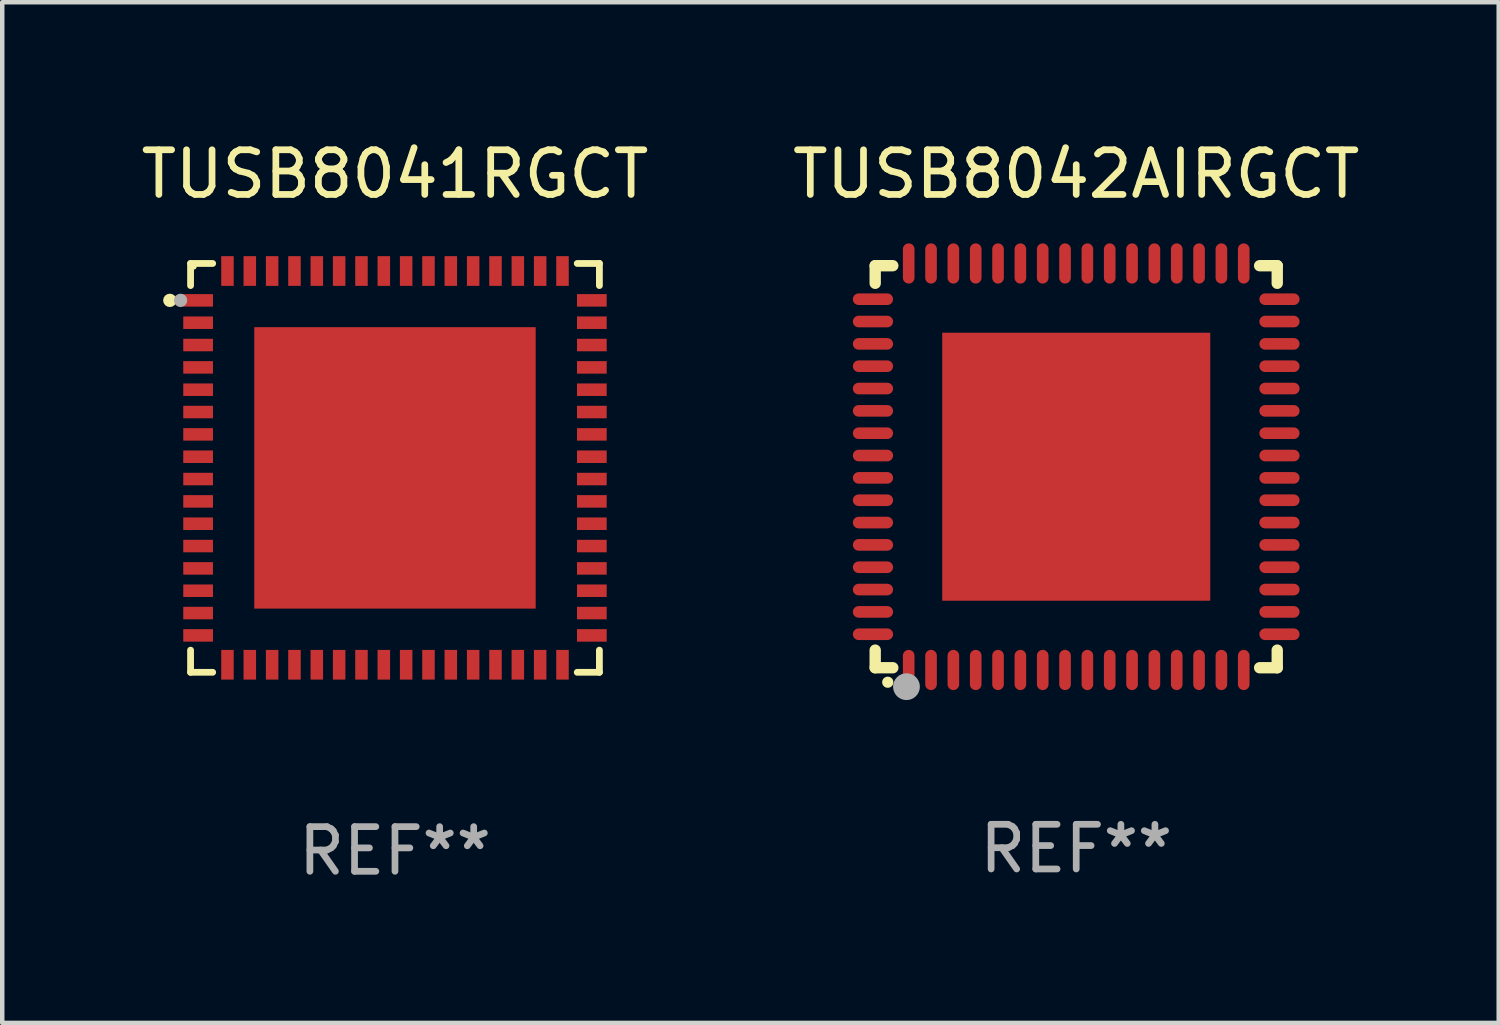
<source format=kicad_pcb>
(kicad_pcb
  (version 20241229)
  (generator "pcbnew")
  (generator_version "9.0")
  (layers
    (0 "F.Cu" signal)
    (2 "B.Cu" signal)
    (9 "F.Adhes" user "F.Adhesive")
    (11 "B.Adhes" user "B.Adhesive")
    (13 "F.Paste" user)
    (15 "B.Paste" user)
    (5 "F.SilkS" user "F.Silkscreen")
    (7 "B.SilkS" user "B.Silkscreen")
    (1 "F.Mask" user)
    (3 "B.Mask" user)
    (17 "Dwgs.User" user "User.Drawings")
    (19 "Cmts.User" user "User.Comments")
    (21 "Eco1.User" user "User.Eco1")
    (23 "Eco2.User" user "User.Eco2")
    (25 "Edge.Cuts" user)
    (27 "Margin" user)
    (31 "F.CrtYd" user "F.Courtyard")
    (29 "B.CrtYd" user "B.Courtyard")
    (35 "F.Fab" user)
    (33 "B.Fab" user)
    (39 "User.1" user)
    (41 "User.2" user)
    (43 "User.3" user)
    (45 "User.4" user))
  (footprint "TUSB8042AIRGCT"
    (layer "F.Cu")
    (at 21.042 7.398)
    (property "Reference" "TUSB8042AIRGCT" (at 0 -6.55 0) (layer "F.SilkS") (effects (font (size 1 1) (thickness 0.15))))
    (attr through_hole)
    (fp_line (start -4.5 -4.5) (end -4.106 -4.5) (stroke (width 0.254) (type solid)) (layer "F.SilkS"))
    (fp_line (start -4.5 -4.106) (end -4.5 -4.5) (stroke (width 0.254) (type solid)) (layer "F.SilkS"))
    (fp_line (start -4.5 4.5) (end -4.5 4.106) (stroke (width 0.254) (type solid)) (layer "F.SilkS"))
    (fp_line (start -4.106 4.5) (end -4.5 4.5) (stroke (width 0.254) (type solid)) (layer "F.SilkS"))
    (fp_line (start 4.106 -4.5) (end 4.5 -4.5) (stroke (width 0.254) (type solid)) (layer "F.SilkS"))
    (fp_line (start 4.5 -4.5) (end 4.5 -4.106) (stroke (width 0.254) (type solid)) (layer "F.SilkS"))
    (fp_line (start 4.5 4.106) (end 4.5 4.5) (stroke (width 0.254) (type solid)) (layer "F.SilkS"))
    (fp_line (start 4.5 4.5) (end 4.106 4.5) (stroke (width 0.254) (type solid)) (layer "F.SilkS"))
    (fp_arc (start -4.220041 4.824308) (mid -4.218771 4.824302) (end -4.217501 4.824308) (stroke (width 0.24892) (type solid)) (layer "F.SilkS"))
    (fp_circle (center -4.5 4.5) (end -4.47 4.5) (stroke (width 0.06) (type solid)) (fill no) (layer "F.SilkS"))
    (fp_circle (center -3.8 4.924) (end -3.65 4.924) (stroke (width 0.3) (type solid)) (fill no) (layer "F.Fab"))
    (fp_text user "REF**" (at 0 8.55 0) (layer "F.Fab") (effects (font (size 1 1) (thickness 0.15))))
    (pad "1" smd oval (at -3.75 4.55 90) (size 0.9 0.26) (layers "F.Cu" "F.Mask" "F.Paste"))
    (pad "2" smd oval (at -3.25 4.55 90) (size 0.9 0.26) (layers "F.Cu" "F.Mask" "F.Paste"))
    (pad "3" smd oval (at -2.75 4.55 90) (size 0.9 0.26) (layers "F.Cu" "F.Mask" "F.Paste"))
    (pad "4" smd oval (at -2.25 4.55 90) (size 0.9 0.26) (layers "F.Cu" "F.Mask" "F.Paste"))
    (pad "5" smd oval (at -1.75 4.55 90) (size 0.9 0.26) (layers "F.Cu" "F.Mask" "F.Paste"))
    (pad "6" smd oval (at -1.25 4.55 90) (size 0.9 0.26) (layers "F.Cu" "F.Mask" "F.Paste"))
    (pad "7" smd oval (at -0.75 4.55 90) (size 0.9 0.26) (layers "F.Cu" "F.Mask" "F.Paste"))
    (pad "8" smd oval (at -0.25 4.55 90) (size 0.9 0.26) (layers "F.Cu" "F.Mask" "F.Paste"))
    (pad "9" smd oval (at 0.25 4.55 90) (size 0.9 0.26) (layers "F.Cu" "F.Mask" "F.Paste"))
    (pad "10" smd oval (at 0.75 4.55 90) (size 0.9 0.26) (layers "F.Cu" "F.Mask" "F.Paste"))
    (pad "11" smd oval (at 1.25 4.55 90) (size 0.9 0.26) (layers "F.Cu" "F.Mask" "F.Paste"))
    (pad "12" smd oval (at 1.75 4.55 90) (size 0.9 0.26) (layers "F.Cu" "F.Mask" "F.Paste"))
    (pad "13" smd oval (at 2.25 4.55 90) (size 0.9 0.26) (layers "F.Cu" "F.Mask" "F.Paste"))
    (pad "14" smd oval (at 2.75 4.55 90) (size 0.9 0.26) (layers "F.Cu" "F.Mask" "F.Paste"))
    (pad "15" smd oval (at 3.25 4.55 90) (size 0.9 0.26) (layers "F.Cu" "F.Mask" "F.Paste"))
    (pad "16" smd oval (at 3.75 4.55 90) (size 0.9 0.26) (layers "F.Cu" "F.Mask" "F.Paste"))
    (pad "17" smd oval (at 4.55 3.75 90) (size 0.26 0.9) (layers "F.Cu" "F.Mask" "F.Paste"))
    (pad "18" smd oval (at 4.55 3.25 90) (size 0.26 0.9) (layers "F.Cu" "F.Mask" "F.Paste"))
    (pad "19" smd oval (at 4.55 2.75 90) (size 0.26 0.9) (layers "F.Cu" "F.Mask" "F.Paste"))
    (pad "20" smd oval (at 4.55 2.25 90) (size 0.26 0.9) (layers "F.Cu" "F.Mask" "F.Paste"))
    (pad "21" smd oval (at 4.55 1.75 90) (size 0.26 0.9) (layers "F.Cu" "F.Mask" "F.Paste"))
    (pad "22" smd oval (at 4.55 1.25 90) (size 0.26 0.9) (layers "F.Cu" "F.Mask" "F.Paste"))
    (pad "23" smd oval (at 4.55 0.75 90) (size 0.26 0.9) (layers "F.Cu" "F.Mask" "F.Paste"))
    (pad "24" smd oval (at 4.55 0.25 90) (size 0.26 0.9) (layers "F.Cu" "F.Mask" "F.Paste"))
    (pad "25" smd oval (at 4.55 -0.25 90) (size 0.26 0.9) (layers "F.Cu" "F.Mask" "F.Paste"))
    (pad "26" smd oval (at 4.55 -0.75 90) (size 0.26 0.9) (layers "F.Cu" "F.Mask" "F.Paste"))
    (pad "27" smd oval (at 4.55 -1.25 90) (size 0.26 0.9) (layers "F.Cu" "F.Mask" "F.Paste"))
    (pad "28" smd oval (at 4.55 -1.75 90) (size 0.26 0.9) (layers "F.Cu" "F.Mask" "F.Paste"))
    (pad "29" smd oval (at 4.55 -2.25 90) (size 0.26 0.9) (layers "F.Cu" "F.Mask" "F.Paste"))
    (pad "30" smd oval (at 4.55 -2.75 90) (size 0.26 0.9) (layers "F.Cu" "F.Mask" "F.Paste"))
    (pad "31" smd oval (at 4.55 -3.25 90) (size 0.26 0.9) (layers "F.Cu" "F.Mask" "F.Paste"))
    (pad "32" smd oval (at 4.55 -3.75 90) (size 0.26 0.9) (layers "F.Cu" "F.Mask" "F.Paste"))
    (pad "33" smd oval (at 3.75 -4.55 90) (size 0.9 0.26) (layers "F.Cu" "F.Mask" "F.Paste"))
    (pad "34" smd oval (at 3.25 -4.55 90) (size 0.9 0.26) (layers "F.Cu" "F.Mask" "F.Paste"))
    (pad "35" smd oval (at 2.75 -4.55 90) (size 0.9 0.26) (layers "F.Cu" "F.Mask" "F.Paste"))
    (pad "36" smd oval (at 2.25 -4.55 90) (size 0.9 0.26) (layers "F.Cu" "F.Mask" "F.Paste"))
    (pad "37" smd oval (at 1.75 -4.55 90) (size 0.9 0.26) (layers "F.Cu" "F.Mask" "F.Paste"))
    (pad "38" smd oval (at 1.25 -4.55 90) (size 0.9 0.26) (layers "F.Cu" "F.Mask" "F.Paste"))
    (pad "39" smd oval (at 0.75 -4.55 90) (size 0.9 0.26) (layers "F.Cu" "F.Mask" "F.Paste"))
    (pad "40" smd oval (at 0.25 -4.55 90) (size 0.9 0.26) (layers "F.Cu" "F.Mask" "F.Paste"))
    (pad "41" smd oval (at -0.25 -4.55 90) (size 0.9 0.26) (layers "F.Cu" "F.Mask" "F.Paste"))
    (pad "42" smd oval (at -0.75 -4.55 90) (size 0.9 0.26) (layers "F.Cu" "F.Mask" "F.Paste"))
    (pad "43" smd oval (at -1.25 -4.55 90) (size 0.9 0.26) (layers "F.Cu" "F.Mask" "F.Paste"))
    (pad "44" smd oval (at -1.75 -4.55 90) (size 0.9 0.26) (layers "F.Cu" "F.Mask" "F.Paste"))
    (pad "45" smd oval (at -2.25 -4.55 90) (size 0.9 0.26) (layers "F.Cu" "F.Mask" "F.Paste"))
    (pad "46" smd oval (at -2.75 -4.55 90) (size 0.9 0.26) (layers "F.Cu" "F.Mask" "F.Paste"))
    (pad "47" smd oval (at -3.25 -4.55 90) (size 0.9 0.26) (layers "F.Cu" "F.Mask" "F.Paste"))
    (pad "48" smd oval (at -3.75 -4.55 90) (size 0.9 0.26) (layers "F.Cu" "F.Mask" "F.Paste"))
    (pad "49" smd oval (at -4.55 -3.75 90) (size 0.26 0.9) (layers "F.Cu" "F.Mask" "F.Paste"))
    (pad "50" smd oval (at -4.55 -3.25 90) (size 0.26 0.9) (layers "F.Cu" "F.Mask" "F.Paste"))
    (pad "51" smd oval (at -4.55 -2.75 90) (size 0.26 0.9) (layers "F.Cu" "F.Mask" "F.Paste"))
    (pad "52" smd oval (at -4.55 -2.25 90) (size 0.26 0.9) (layers "F.Cu" "F.Mask" "F.Paste"))
    (pad "53" smd oval (at -4.55 -1.75 90) (size 0.26 0.9) (layers "F.Cu" "F.Mask" "F.Paste"))
    (pad "54" smd oval (at -4.55 -1.25 90) (size 0.26 0.9) (layers "F.Cu" "F.Mask" "F.Paste"))
    (pad "55" smd oval (at -4.55 -0.75 90) (size 0.26 0.9) (layers "F.Cu" "F.Mask" "F.Paste"))
    (pad "56" smd oval (at -4.55 -0.25 90) (size 0.26 0.9) (layers "F.Cu" "F.Mask" "F.Paste"))
    (pad "57" smd oval (at -4.55 0.25 90) (size 0.26 0.9) (layers "F.Cu" "F.Mask" "F.Paste"))
    (pad "58" smd oval (at -4.55 0.75 90) (size 0.26 0.9) (layers "F.Cu" "F.Mask" "F.Paste"))
    (pad "59" smd oval (at -4.55 1.25 90) (size 0.26 0.9) (layers "F.Cu" "F.Mask" "F.Paste"))
    (pad "60" smd oval (at -4.55 1.75 90) (size 0.26 0.9) (layers "F.Cu" "F.Mask" "F.Paste"))
    (pad "61" smd oval (at -4.55 2.25 90) (size 0.26 0.9) (layers "F.Cu" "F.Mask" "F.Paste"))
    (pad "62" smd oval (at -4.55 2.75 90) (size 0.26 0.9) (layers "F.Cu" "F.Mask" "F.Paste"))
    (pad "63" smd oval (at -4.55 3.25 90) (size 0.26 0.9) (layers "F.Cu" "F.Mask" "F.Paste"))
    (pad "64" smd oval (at -4.55 3.75 90) (size 0.26 0.9) (layers "F.Cu" "F.Mask" "F.Paste"))
    (pad "65" smd rect (at 0.000381 0 90) (size 6 6) (layers "F.Cu" "F.Mask" "F.Paste")))
  (footprint "TUSB8041RGCT"
    (layer "F.Cu")
    (at 5.792 7.424)
    (property "Reference" "TUSB8041RGCT" (at 0 -6.576 0) (layer "F.SilkS") (effects (font (size 1 1) (thickness 0.15))))
    (attr through_hole)
    (fp_line (start -4.576 -4.576) (end -4.576 -4.081) (stroke (width 0.152) (type solid)) (layer "F.SilkS"))
    (fp_line (start -4.576 4.576) (end -4.576 4.08) (stroke (width 0.152) (type solid)) (layer "F.SilkS"))
    (fp_line (start -4.081 -4.576) (end -4.576 -4.576) (stroke (width 0.152) (type solid)) (layer "F.SilkS"))
    (fp_line (start -4.081 4.576) (end -4.576 4.576) (stroke (width 0.152) (type solid)) (layer "F.SilkS"))
    (fp_line (start 4.08 -4.576) (end 4.576 -4.576) (stroke (width 0.152) (type solid)) (layer "F.SilkS"))
    (fp_line (start 4.08 4.576) (end 4.576 4.576) (stroke (width 0.152) (type solid)) (layer "F.SilkS"))
    (fp_line (start 4.576 -4.576) (end 4.576 -4.081) (stroke (width 0.152) (type solid)) (layer "F.SilkS"))
    (fp_line (start 4.576 4.576) (end 4.576 4.08) (stroke (width 0.152) (type solid)) (layer "F.SilkS"))
    (fp_circle (center -5.04 -3.75) (end -4.965 -3.75) (stroke (width 0.15) (type solid)) (fill no) (layer "F.SilkS"))
    (fp_circle (center -4.5 -4.5) (end -4.47 -4.5) (stroke (width 0.06) (type solid)) (fill no) (layer "F.SilkS"))
    (fp_circle (center -4.8 -3.75) (end -4.725 -3.75) (stroke (width 0.15) (type solid)) (fill no) (layer "F.Fab"))
    (fp_text user "REF**" (at 0 8.576 0) (layer "F.Fab") (effects (font (size 1 1) (thickness 0.15))))
    (pad "1" smd rect (at -4.407 -3.75) (size 0.665 0.28) (layers "F.Cu" "F.Mask" "F.Paste"))
    (pad "2" smd rect (at -4.407 -3.25) (size 0.665 0.28) (layers "F.Cu" "F.Mask" "F.Paste"))
    (pad "3" smd rect (at -4.407 -2.75) (size 0.665 0.28) (layers "F.Cu" "F.Mask" "F.Paste"))
    (pad "4" smd rect (at -4.407 -2.25) (size 0.665 0.28) (layers "F.Cu" "F.Mask" "F.Paste"))
    (pad "5" smd rect (at -4.407 -1.75) (size 0.665 0.28) (layers "F.Cu" "F.Mask" "F.Paste"))
    (pad "6" smd rect (at -4.407 -1.25) (size 0.665 0.28) (layers "F.Cu" "F.Mask" "F.Paste"))
    (pad "7" smd rect (at -4.407 -0.75) (size 0.665 0.28) (layers "F.Cu" "F.Mask" "F.Paste"))
    (pad "8" smd rect (at -4.407 -0.25) (size 0.665 0.28) (layers "F.Cu" "F.Mask" "F.Paste"))
    (pad "9" smd rect (at -4.407 0.25) (size 0.665 0.28) (layers "F.Cu" "F.Mask" "F.Paste"))
    (pad "10" smd rect (at -4.407 0.75) (size 0.665 0.28) (layers "F.Cu" "F.Mask" "F.Paste"))
    (pad "11" smd rect (at -4.407 1.25) (size 0.665 0.28) (layers "F.Cu" "F.Mask" "F.Paste"))
    (pad "12" smd rect (at -4.407 1.75) (size 0.665 0.28) (layers "F.Cu" "F.Mask" "F.Paste"))
    (pad "13" smd rect (at -4.407 2.25) (size 0.665 0.28) (layers "F.Cu" "F.Mask" "F.Paste"))
    (pad "14" smd rect (at -4.407 2.75) (size 0.665 0.28) (layers "F.Cu" "F.Mask" "F.Paste"))
    (pad "15" smd rect (at -4.407 3.25) (size 0.665 0.28) (layers "F.Cu" "F.Mask" "F.Paste"))
    (pad "16" smd rect (at -4.407 3.75) (size 0.665 0.28) (layers "F.Cu" "F.Mask" "F.Paste"))
    (pad "17" smd rect (at -3.75 4.407) (size 0.28 0.665) (layers "F.Cu" "F.Mask" "F.Paste"))
    (pad "18" smd rect (at -3.25 4.407) (size 0.28 0.665) (layers "F.Cu" "F.Mask" "F.Paste"))
    (pad "19" smd rect (at -2.75 4.407) (size 0.28 0.665) (layers "F.Cu" "F.Mask" "F.Paste"))
    (pad "20" smd rect (at -2.25 4.407) (size 0.28 0.665) (layers "F.Cu" "F.Mask" "F.Paste"))
    (pad "21" smd rect (at -1.75 4.407) (size 0.28 0.665) (layers "F.Cu" "F.Mask" "F.Paste"))
    (pad "22" smd rect (at -1.25 4.407) (size 0.28 0.665) (layers "F.Cu" "F.Mask" "F.Paste"))
    (pad "23" smd rect (at -0.75 4.407) (size 0.28 0.665) (layers "F.Cu" "F.Mask" "F.Paste"))
    (pad "24" smd rect (at -0.25 4.407) (size 0.28 0.665) (layers "F.Cu" "F.Mask" "F.Paste"))
    (pad "25" smd rect (at 0.25 4.407) (size 0.28 0.665) (layers "F.Cu" "F.Mask" "F.Paste"))
    (pad "26" smd rect (at 0.75 4.407) (size 0.28 0.665) (layers "F.Cu" "F.Mask" "F.Paste"))
    (pad "27" smd rect (at 1.25 4.407) (size 0.28 0.665) (layers "F.Cu" "F.Mask" "F.Paste"))
    (pad "28" smd rect (at 1.75 4.407) (size 0.28 0.665) (layers "F.Cu" "F.Mask" "F.Paste"))
    (pad "29" smd rect (at 2.25 4.407) (size 0.28 0.665) (layers "F.Cu" "F.Mask" "F.Paste"))
    (pad "30" smd rect (at 2.75 4.407) (size 0.28 0.665) (layers "F.Cu" "F.Mask" "F.Paste"))
    (pad "31" smd rect (at 3.25 4.407) (size 0.28 0.665) (layers "F.Cu" "F.Mask" "F.Paste"))
    (pad "32" smd rect (at 3.75 4.407) (size 0.28 0.665) (layers "F.Cu" "F.Mask" "F.Paste"))
    (pad "33" smd rect (at 4.407 3.75) (size 0.665 0.28) (layers "F.Cu" "F.Mask" "F.Paste"))
    (pad "34" smd rect (at 4.407 3.25) (size 0.665 0.28) (layers "F.Cu" "F.Mask" "F.Paste"))
    (pad "35" smd rect (at 4.407 2.75) (size 0.665 0.28) (layers "F.Cu" "F.Mask" "F.Paste"))
    (pad "36" smd rect (at 4.407 2.25) (size 0.665 0.28) (layers "F.Cu" "F.Mask" "F.Paste"))
    (pad "37" smd rect (at 4.407 1.75) (size 0.665 0.28) (layers "F.Cu" "F.Mask" "F.Paste"))
    (pad "38" smd rect (at 4.407 1.25) (size 0.665 0.28) (layers "F.Cu" "F.Mask" "F.Paste"))
    (pad "39" smd rect (at 4.407 0.75) (size 0.665 0.28) (layers "F.Cu" "F.Mask" "F.Paste"))
    (pad "40" smd rect (at 4.407 0.25) (size 0.665 0.28) (layers "F.Cu" "F.Mask" "F.Paste"))
    (pad "41" smd rect (at 4.407 -0.25) (size 0.665 0.28) (layers "F.Cu" "F.Mask" "F.Paste"))
    (pad "42" smd rect (at 4.407 -0.75) (size 0.665 0.28) (layers "F.Cu" "F.Mask" "F.Paste"))
    (pad "43" smd rect (at 4.407 -1.25) (size 0.665 0.28) (layers "F.Cu" "F.Mask" "F.Paste"))
    (pad "44" smd rect (at 4.407 -1.75) (size 0.665 0.28) (layers "F.Cu" "F.Mask" "F.Paste"))
    (pad "45" smd rect (at 4.407 -2.25) (size 0.665 0.28) (layers "F.Cu" "F.Mask" "F.Paste"))
    (pad "46" smd rect (at 4.407 -2.75) (size 0.665 0.28) (layers "F.Cu" "F.Mask" "F.Paste"))
    (pad "47" smd rect (at 4.407 -3.25) (size 0.665 0.28) (layers "F.Cu" "F.Mask" "F.Paste"))
    (pad "48" smd rect (at 4.407 -3.75) (size 0.665 0.28) (layers "F.Cu" "F.Mask" "F.Paste"))
    (pad "49" smd rect (at 3.75 -4.407) (size 0.28 0.665) (layers "F.Cu" "F.Mask" "F.Paste"))
    (pad "50" smd rect (at 3.25 -4.407) (size 0.28 0.665) (layers "F.Cu" "F.Mask" "F.Paste"))
    (pad "51" smd rect (at 2.75 -4.407) (size 0.28 0.665) (layers "F.Cu" "F.Mask" "F.Paste"))
    (pad "52" smd rect (at 2.25 -4.407) (size 0.28 0.665) (layers "F.Cu" "F.Mask" "F.Paste"))
    (pad "53" smd rect (at 1.75 -4.407) (size 0.28 0.665) (layers "F.Cu" "F.Mask" "F.Paste"))
    (pad "54" smd rect (at 1.25 -4.407) (size 0.28 0.665) (layers "F.Cu" "F.Mask" "F.Paste"))
    (pad "55" smd rect (at 0.75 -4.407) (size 0.28 0.665) (layers "F.Cu" "F.Mask" "F.Paste"))
    (pad "56" smd rect (at 0.25 -4.407) (size 0.28 0.665) (layers "F.Cu" "F.Mask" "F.Paste"))
    (pad "57" smd rect (at -0.25 -4.407) (size 0.28 0.665) (layers "F.Cu" "F.Mask" "F.Paste"))
    (pad "58" smd rect (at -0.75 -4.407) (size 0.28 0.665) (layers "F.Cu" "F.Mask" "F.Paste"))
    (pad "59" smd rect (at -1.25 -4.407) (size 0.28 0.665) (layers "F.Cu" "F.Mask" "F.Paste"))
    (pad "60" smd rect (at -1.75 -4.407) (size 0.28 0.665) (layers "F.Cu" "F.Mask" "F.Paste"))
    (pad "61" smd rect (at -2.25 -4.407) (size 0.28 0.665) (layers "F.Cu" "F.Mask" "F.Paste"))
    (pad "62" smd rect (at -2.75 -4.407) (size 0.28 0.665) (layers "F.Cu" "F.Mask" "F.Paste"))
    (pad "63" smd rect (at -3.25 -4.407) (size 0.28 0.665) (layers "F.Cu" "F.Mask" "F.Paste"))
    (pad "64" smd rect (at -3.75 -4.407) (size 0.28 0.665) (layers "F.Cu" "F.Mask" "F.Paste"))
    (pad "65" smd rect (at -0.000025 0) (size 6.3 6.3) (layers "F.Cu" "F.Mask" "F.Paste")))
  (gr_rect
    (start -3 -3)
    (end 30.5 19.849)
    (stroke (width 0.1) (type default))
    (fill no)
    (layer "Edge.Cuts")))
</source>
